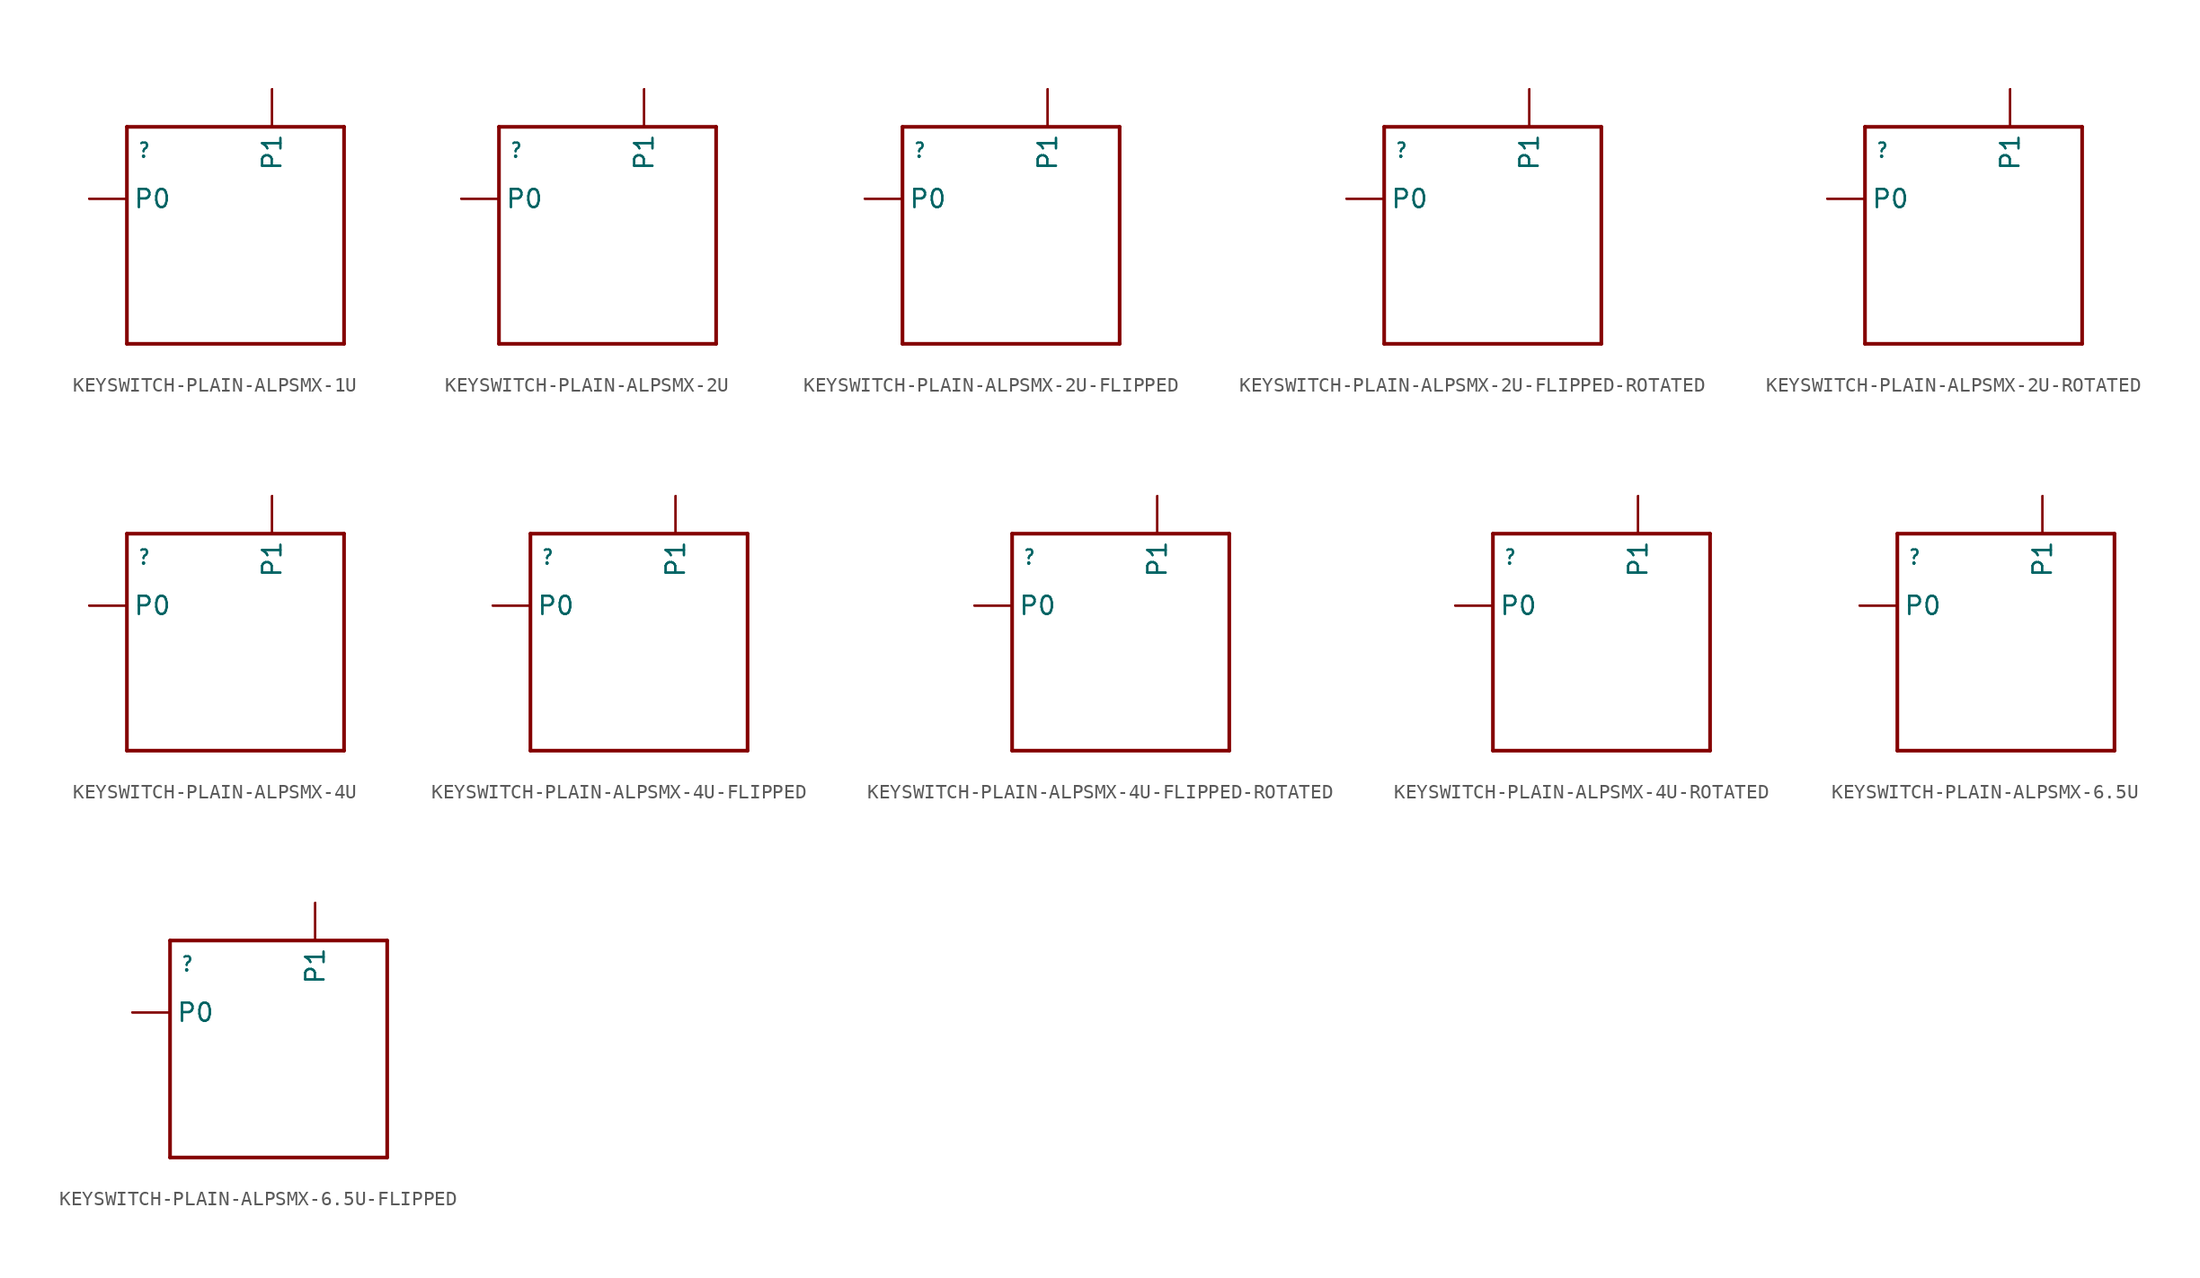
<source format=kicad_sym>
(kicad_symbol_lib
  (version 20211014)
  (generator kicad_symbol_editor)
  (symbol "KEYSWITCH-PLAIN-ALPSMX-1U"
    (property "Reference" ""
      (at -6.81 5.318 0)
      (effects (font (size 1 0.85)) (justify left bottom)))
    (property "ki_locked" ""
      (at 0 0 0)
      (effects (font (size 1.27 1.27))))
    (symbol "KEYSWITCH-PLAIN-ALPSMX-1U_1_0"
      (polyline (pts (xy -7.54 -7.54) (xy -7.54 7.54)) (stroke (width 0.254) (type default) (color 0 0 0 0)) (fill (type none)))
      (polyline (pts (xy -7.54 7.54) (xy 7.54 7.54)) (stroke (width 0.254) (type default) (color 0 0 0 0)) (fill (type none)))
      (polyline (pts (xy 7.54 -7.54) (xy -7.54 -7.54)) (stroke (width 0.254) (type default) (color 0 0 0 0)) (fill (type none)))
      (polyline (pts (xy 7.54 7.54) (xy 7.54 -7.54)) (stroke (width 0.254) (type default) (color 0 0 0 0)) (fill (type none)))
      (pin bidirectional line (at -10.16 2.54 0) (length 2.54) (name "P0" (effects (font (size 1.27 1.27)))) (number "ALPS1" (effects (font (size 0 0)))))
      (pin bidirectional line (at 2.54 10.16 270) (length 2.54) (name "P1" (effects (font (size 1.27 1.27)))) (number "ALPS2" (effects (font (size 0 0)))))
      (pin bidirectional line (at -10.16 2.54 0) (length 2.54) (name "P0" (effects (font (size 1.27 1.27)))) (number "MX1" (effects (font (size 0 0)))))
      (pin bidirectional line (at 2.54 10.16 270) (length 2.54) (name "P1" (effects (font (size 1.27 1.27)))) (number "MX2" (effects (font (size 0 0)))))))
  (symbol "KEYSWITCH-PLAIN-ALPSMX-2U"
    (property "Reference" ""
      (at -6.81 5.318 0)
      (effects (font (size 1 0.85)) (justify left bottom)))
    (property "ki_locked" ""
      (at 0 0 0)
      (effects (font (size 1.27 1.27))))
    (symbol "KEYSWITCH-PLAIN-ALPSMX-2U_1_0"
      (polyline (pts (xy -7.54 -7.54) (xy -7.54 7.54)) (stroke (width 0.254) (type default) (color 0 0 0 0)) (fill (type none)))
      (polyline (pts (xy -7.54 7.54) (xy 7.54 7.54)) (stroke (width 0.254) (type default) (color 0 0 0 0)) (fill (type none)))
      (polyline (pts (xy 7.54 -7.54) (xy -7.54 -7.54)) (stroke (width 0.254) (type default) (color 0 0 0 0)) (fill (type none)))
      (polyline (pts (xy 7.54 7.54) (xy 7.54 -7.54)) (stroke (width 0.254) (type default) (color 0 0 0 0)) (fill (type none)))
      (pin bidirectional line (at -10.16 2.54 0) (length 2.54) (name "P0" (effects (font (size 1.27 1.27)))) (number "ALPS1" (effects (font (size 0 0)))))
      (pin bidirectional line (at 2.54 10.16 270) (length 2.54) (name "P1" (effects (font (size 1.27 1.27)))) (number "ALPS2" (effects (font (size 0 0)))))
      (pin bidirectional line (at -10.16 2.54 0) (length 2.54) (name "P0" (effects (font (size 1.27 1.27)))) (number "MX1" (effects (font (size 0 0)))))
      (pin bidirectional line (at 2.54 10.16 270) (length 2.54) (name "P1" (effects (font (size 1.27 1.27)))) (number "MX2" (effects (font (size 0 0)))))))
  (symbol "KEYSWITCH-PLAIN-ALPSMX-2U-FLIPPED"
    (property "Reference" ""
      (at -6.81 5.318 0)
      (effects (font (size 1 0.85)) (justify left bottom)))
    (property "ki_locked" ""
      (at 0 0 0)
      (effects (font (size 1.27 1.27))))
    (symbol "KEYSWITCH-PLAIN-ALPSMX-2U-FLIPPED_1_0"
      (polyline (pts (xy -7.54 -7.54) (xy -7.54 7.54)) (stroke (width 0.254) (type default) (color 0 0 0 0)) (fill (type none)))
      (polyline (pts (xy -7.54 7.54) (xy 7.54 7.54)) (stroke (width 0.254) (type default) (color 0 0 0 0)) (fill (type none)))
      (polyline (pts (xy 7.54 -7.54) (xy -7.54 -7.54)) (stroke (width 0.254) (type default) (color 0 0 0 0)) (fill (type none)))
      (polyline (pts (xy 7.54 7.54) (xy 7.54 -7.54)) (stroke (width 0.254) (type default) (color 0 0 0 0)) (fill (type none)))
      (pin bidirectional line (at -10.16 2.54 0) (length 2.54) (name "P0" (effects (font (size 1.27 1.27)))) (number "ALPS1" (effects (font (size 0 0)))))
      (pin bidirectional line (at 2.54 10.16 270) (length 2.54) (name "P1" (effects (font (size 1.27 1.27)))) (number "ALPS2" (effects (font (size 0 0)))))
      (pin bidirectional line (at -10.16 2.54 0) (length 2.54) (name "P0" (effects (font (size 1.27 1.27)))) (number "MX1" (effects (font (size 0 0)))))
      (pin bidirectional line (at 2.54 10.16 270) (length 2.54) (name "P1" (effects (font (size 1.27 1.27)))) (number "MX2" (effects (font (size 0 0)))))))
  (symbol "KEYSWITCH-PLAIN-ALPSMX-2U-FLIPPED-ROTATED"
    (property "Reference" ""
      (at -6.81 5.318 0)
      (effects (font (size 1 0.85)) (justify left bottom)))
    (property "ki_locked" ""
      (at 0 0 0)
      (effects (font (size 1.27 1.27))))
    (symbol "KEYSWITCH-PLAIN-ALPSMX-2U-FLIPPED-ROTATED_1_0"
      (polyline (pts (xy -7.54 -7.54) (xy -7.54 7.54)) (stroke (width 0.254) (type default) (color 0 0 0 0)) (fill (type none)))
      (polyline (pts (xy -7.54 7.54) (xy 7.54 7.54)) (stroke (width 0.254) (type default) (color 0 0 0 0)) (fill (type none)))
      (polyline (pts (xy 7.54 -7.54) (xy -7.54 -7.54)) (stroke (width 0.254) (type default) (color 0 0 0 0)) (fill (type none)))
      (polyline (pts (xy 7.54 7.54) (xy 7.54 -7.54)) (stroke (width 0.254) (type default) (color 0 0 0 0)) (fill (type none)))
      (pin bidirectional line (at -10.16 2.54 0) (length 2.54) (name "P0" (effects (font (size 1.27 1.27)))) (number "ALPS1" (effects (font (size 0 0)))))
      (pin bidirectional line (at 2.54 10.16 270) (length 2.54) (name "P1" (effects (font (size 1.27 1.27)))) (number "ALPS2" (effects (font (size 0 0)))))
      (pin bidirectional line (at -10.16 2.54 0) (length 2.54) (name "P0" (effects (font (size 1.27 1.27)))) (number "MX1" (effects (font (size 0 0)))))
      (pin bidirectional line (at 2.54 10.16 270) (length 2.54) (name "P1" (effects (font (size 1.27 1.27)))) (number "MX2" (effects (font (size 0 0)))))))
  (symbol "KEYSWITCH-PLAIN-ALPSMX-2U-ROTATED"
    (property "Reference" ""
      (at -6.81 5.318 0)
      (effects (font (size 1 0.85)) (justify left bottom)))
    (property "ki_locked" ""
      (at 0 0 0)
      (effects (font (size 1.27 1.27))))
    (symbol "KEYSWITCH-PLAIN-ALPSMX-2U-ROTATED_1_0"
      (polyline (pts (xy -7.54 -7.54) (xy -7.54 7.54)) (stroke (width 0.254) (type default) (color 0 0 0 0)) (fill (type none)))
      (polyline (pts (xy -7.54 7.54) (xy 7.54 7.54)) (stroke (width 0.254) (type default) (color 0 0 0 0)) (fill (type none)))
      (polyline (pts (xy 7.54 -7.54) (xy -7.54 -7.54)) (stroke (width 0.254) (type default) (color 0 0 0 0)) (fill (type none)))
      (polyline (pts (xy 7.54 7.54) (xy 7.54 -7.54)) (stroke (width 0.254) (type default) (color 0 0 0 0)) (fill (type none)))
      (pin bidirectional line (at -10.16 2.54 0) (length 2.54) (name "P0" (effects (font (size 1.27 1.27)))) (number "ALPS1" (effects (font (size 0 0)))))
      (pin bidirectional line (at 2.54 10.16 270) (length 2.54) (name "P1" (effects (font (size 1.27 1.27)))) (number "ALPS2" (effects (font (size 0 0)))))
      (pin bidirectional line (at -10.16 2.54 0) (length 2.54) (name "P0" (effects (font (size 1.27 1.27)))) (number "MX1" (effects (font (size 0 0)))))
      (pin bidirectional line (at 2.54 10.16 270) (length 2.54) (name "P1" (effects (font (size 1.27 1.27)))) (number "MX2" (effects (font (size 0 0)))))))
  (symbol "KEYSWITCH-PLAIN-ALPSMX-4U"
    (property "Reference" ""
      (at -6.81 5.318 0)
      (effects (font (size 1 0.85)) (justify left bottom)))
    (property "ki_locked" ""
      (at 0 0 0)
      (effects (font (size 1.27 1.27))))
    (symbol "KEYSWITCH-PLAIN-ALPSMX-4U_1_0"
      (polyline (pts (xy -7.54 -7.54) (xy -7.54 7.54)) (stroke (width 0.254) (type default) (color 0 0 0 0)) (fill (type none)))
      (polyline (pts (xy -7.54 7.54) (xy 7.54 7.54)) (stroke (width 0.254) (type default) (color 0 0 0 0)) (fill (type none)))
      (polyline (pts (xy 7.54 -7.54) (xy -7.54 -7.54)) (stroke (width 0.254) (type default) (color 0 0 0 0)) (fill (type none)))
      (polyline (pts (xy 7.54 7.54) (xy 7.54 -7.54)) (stroke (width 0.254) (type default) (color 0 0 0 0)) (fill (type none)))
      (pin bidirectional line (at -10.16 2.54 0) (length 2.54) (name "P0" (effects (font (size 1.27 1.27)))) (number "ALPS1" (effects (font (size 0 0)))))
      (pin bidirectional line (at 2.54 10.16 270) (length 2.54) (name "P1" (effects (font (size 1.27 1.27)))) (number "ALPS2" (effects (font (size 0 0)))))
      (pin bidirectional line (at -10.16 2.54 0) (length 2.54) (name "P0" (effects (font (size 1.27 1.27)))) (number "MX1" (effects (font (size 0 0)))))
      (pin bidirectional line (at 2.54 10.16 270) (length 2.54) (name "P1" (effects (font (size 1.27 1.27)))) (number "MX2" (effects (font (size 0 0)))))))
  (symbol "KEYSWITCH-PLAIN-ALPSMX-4U-FLIPPED"
    (property "Reference" ""
      (at -6.81 5.318 0)
      (effects (font (size 1 0.85)) (justify left bottom)))
    (property "ki_locked" ""
      (at 0 0 0)
      (effects (font (size 1.27 1.27))))
    (symbol "KEYSWITCH-PLAIN-ALPSMX-4U-FLIPPED_1_0"
      (polyline (pts (xy -7.54 -7.54) (xy -7.54 7.54)) (stroke (width 0.254) (type default) (color 0 0 0 0)) (fill (type none)))
      (polyline (pts (xy -7.54 7.54) (xy 7.54 7.54)) (stroke (width 0.254) (type default) (color 0 0 0 0)) (fill (type none)))
      (polyline (pts (xy 7.54 -7.54) (xy -7.54 -7.54)) (stroke (width 0.254) (type default) (color 0 0 0 0)) (fill (type none)))
      (polyline (pts (xy 7.54 7.54) (xy 7.54 -7.54)) (stroke (width 0.254) (type default) (color 0 0 0 0)) (fill (type none)))
      (pin bidirectional line (at -10.16 2.54 0) (length 2.54) (name "P0" (effects (font (size 1.27 1.27)))) (number "ALPS1" (effects (font (size 0 0)))))
      (pin bidirectional line (at 2.54 10.16 270) (length 2.54) (name "P1" (effects (font (size 1.27 1.27)))) (number "ALPS2" (effects (font (size 0 0)))))
      (pin bidirectional line (at -10.16 2.54 0) (length 2.54) (name "P0" (effects (font (size 1.27 1.27)))) (number "MX1" (effects (font (size 0 0)))))
      (pin bidirectional line (at 2.54 10.16 270) (length 2.54) (name "P1" (effects (font (size 1.27 1.27)))) (number "MX2" (effects (font (size 0 0)))))))
  (symbol "KEYSWITCH-PLAIN-ALPSMX-4U-FLIPPED-ROTATED"
    (property "Reference" ""
      (at -6.81 5.318 0)
      (effects (font (size 1 0.85)) (justify left bottom)))
    (property "ki_locked" ""
      (at 0 0 0)
      (effects (font (size 1.27 1.27))))
    (symbol "KEYSWITCH-PLAIN-ALPSMX-4U-FLIPPED-ROTATED_1_0"
      (polyline (pts (xy -7.54 -7.54) (xy -7.54 7.54)) (stroke (width 0.254) (type default) (color 0 0 0 0)) (fill (type none)))
      (polyline (pts (xy -7.54 7.54) (xy 7.54 7.54)) (stroke (width 0.254) (type default) (color 0 0 0 0)) (fill (type none)))
      (polyline (pts (xy 7.54 -7.54) (xy -7.54 -7.54)) (stroke (width 0.254) (type default) (color 0 0 0 0)) (fill (type none)))
      (polyline (pts (xy 7.54 7.54) (xy 7.54 -7.54)) (stroke (width 0.254) (type default) (color 0 0 0 0)) (fill (type none)))
      (pin bidirectional line (at -10.16 2.54 0) (length 2.54) (name "P0" (effects (font (size 1.27 1.27)))) (number "ALPS1" (effects (font (size 0 0)))))
      (pin bidirectional line (at 2.54 10.16 270) (length 2.54) (name "P1" (effects (font (size 1.27 1.27)))) (number "ALPS2" (effects (font (size 0 0)))))
      (pin bidirectional line (at -10.16 2.54 0) (length 2.54) (name "P0" (effects (font (size 1.27 1.27)))) (number "MX1" (effects (font (size 0 0)))))
      (pin bidirectional line (at 2.54 10.16 270) (length 2.54) (name "P1" (effects (font (size 1.27 1.27)))) (number "MX2" (effects (font (size 0 0)))))))
  (symbol "KEYSWITCH-PLAIN-ALPSMX-4U-ROTATED"
    (property "Reference" ""
      (at -6.81 5.318 0)
      (effects (font (size 1 0.85)) (justify left bottom)))
    (property "ki_locked" ""
      (at 0 0 0)
      (effects (font (size 1.27 1.27))))
    (symbol "KEYSWITCH-PLAIN-ALPSMX-4U-ROTATED_1_0"
      (polyline (pts (xy -7.54 -7.54) (xy -7.54 7.54)) (stroke (width 0.254) (type default) (color 0 0 0 0)) (fill (type none)))
      (polyline (pts (xy -7.54 7.54) (xy 7.54 7.54)) (stroke (width 0.254) (type default) (color 0 0 0 0)) (fill (type none)))
      (polyline (pts (xy 7.54 -7.54) (xy -7.54 -7.54)) (stroke (width 0.254) (type default) (color 0 0 0 0)) (fill (type none)))
      (polyline (pts (xy 7.54 7.54) (xy 7.54 -7.54)) (stroke (width 0.254) (type default) (color 0 0 0 0)) (fill (type none)))
      (pin bidirectional line (at -10.16 2.54 0) (length 2.54) (name "P0" (effects (font (size 1.27 1.27)))) (number "ALPS1" (effects (font (size 0 0)))))
      (pin bidirectional line (at 2.54 10.16 270) (length 2.54) (name "P1" (effects (font (size 1.27 1.27)))) (number "ALPS2" (effects (font (size 0 0)))))
      (pin bidirectional line (at -10.16 2.54 0) (length 2.54) (name "P0" (effects (font (size 1.27 1.27)))) (number "MX1" (effects (font (size 0 0)))))
      (pin bidirectional line (at 2.54 10.16 270) (length 2.54) (name "P1" (effects (font (size 1.27 1.27)))) (number "MX2" (effects (font (size 0 0)))))))
  (symbol "KEYSWITCH-PLAIN-ALPSMX-6.5U"
    (property "Reference" ""
      (at -6.81 5.318 0)
      (effects (font (size 1 0.85)) (justify left bottom)))
    (property "ki_locked" ""
      (at 0 0 0)
      (effects (font (size 1.27 1.27))))
    (symbol "KEYSWITCH-PLAIN-ALPSMX-6.5U_1_0"
      (polyline (pts (xy -7.54 -7.54) (xy -7.54 7.54)) (stroke (width 0.254) (type default) (color 0 0 0 0)) (fill (type none)))
      (polyline (pts (xy -7.54 7.54) (xy 7.54 7.54)) (stroke (width 0.254) (type default) (color 0 0 0 0)) (fill (type none)))
      (polyline (pts (xy 7.54 -7.54) (xy -7.54 -7.54)) (stroke (width 0.254) (type default) (color 0 0 0 0)) (fill (type none)))
      (polyline (pts (xy 7.54 7.54) (xy 7.54 -7.54)) (stroke (width 0.254) (type default) (color 0 0 0 0)) (fill (type none)))
      (pin bidirectional line (at -10.16 2.54 0) (length 2.54) (name "P0" (effects (font (size 1.27 1.27)))) (number "ALPS1" (effects (font (size 0 0)))))
      (pin bidirectional line (at 2.54 10.16 270) (length 2.54) (name "P1" (effects (font (size 1.27 1.27)))) (number "ALPS2" (effects (font (size 0 0)))))
      (pin bidirectional line (at -10.16 2.54 0) (length 2.54) (name "P0" (effects (font (size 1.27 1.27)))) (number "MX1" (effects (font (size 0 0)))))
      (pin bidirectional line (at 2.54 10.16 270) (length 2.54) (name "P1" (effects (font (size 1.27 1.27)))) (number "MX2" (effects (font (size 0 0)))))))
  (symbol "KEYSWITCH-PLAIN-ALPSMX-6.5U-FLIPPED"
    (property "Reference" ""
      (at -6.81 5.318 0)
      (effects (font (size 1 0.85)) (justify left bottom)))
    (property "ki_locked" ""
      (at 0 0 0)
      (effects (font (size 1.27 1.27))))
    (symbol "KEYSWITCH-PLAIN-ALPSMX-6.5U-FLIPPED_1_0"
      (polyline (pts (xy -7.54 -7.54) (xy -7.54 7.54)) (stroke (width 0.254) (type default) (color 0 0 0 0)) (fill (type none)))
      (polyline (pts (xy -7.54 7.54) (xy 7.54 7.54)) (stroke (width 0.254) (type default) (color 0 0 0 0)) (fill (type none)))
      (polyline (pts (xy 7.54 -7.54) (xy -7.54 -7.54)) (stroke (width 0.254) (type default) (color 0 0 0 0)) (fill (type none)))
      (polyline (pts (xy 7.54 7.54) (xy 7.54 -7.54)) (stroke (width 0.254) (type default) (color 0 0 0 0)) (fill (type none)))
      (pin bidirectional line (at -10.16 2.54 0) (length 2.54) (name "P0" (effects (font (size 1.27 1.27)))) (number "ALPS1" (effects (font (size 0 0)))))
      (pin bidirectional line (at 2.54 10.16 270) (length 2.54) (name "P1" (effects (font (size 1.27 1.27)))) (number "ALPS2" (effects (font (size 0 0)))))
      (pin bidirectional line (at -10.16 2.54 0) (length 2.54) (name "P0" (effects (font (size 1.27 1.27)))) (number "MX1" (effects (font (size 0 0)))))
      (pin bidirectional line (at 2.54 10.16 270) (length 2.54) (name "P1" (effects (font (size 1.27 1.27)))) (number "MX2" (effects (font (size 0 0))))))))
</source>
